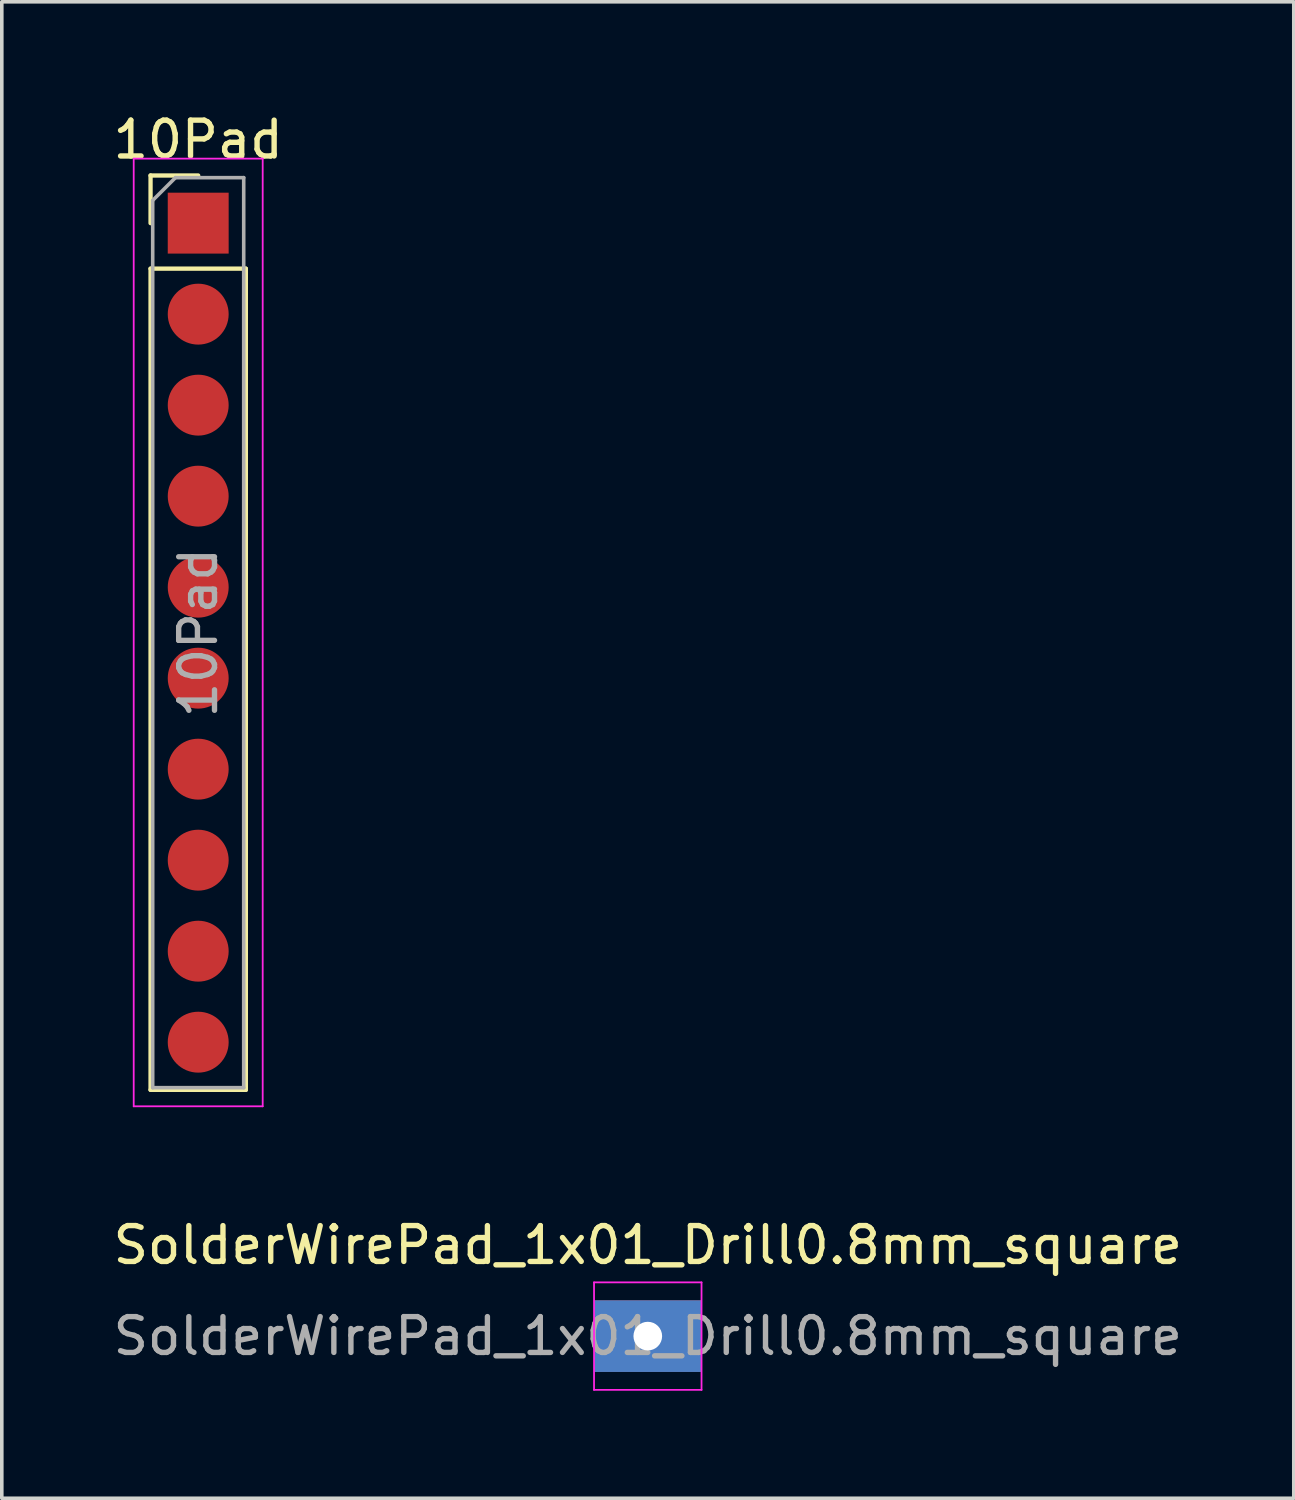
<source format=kicad_pcb>
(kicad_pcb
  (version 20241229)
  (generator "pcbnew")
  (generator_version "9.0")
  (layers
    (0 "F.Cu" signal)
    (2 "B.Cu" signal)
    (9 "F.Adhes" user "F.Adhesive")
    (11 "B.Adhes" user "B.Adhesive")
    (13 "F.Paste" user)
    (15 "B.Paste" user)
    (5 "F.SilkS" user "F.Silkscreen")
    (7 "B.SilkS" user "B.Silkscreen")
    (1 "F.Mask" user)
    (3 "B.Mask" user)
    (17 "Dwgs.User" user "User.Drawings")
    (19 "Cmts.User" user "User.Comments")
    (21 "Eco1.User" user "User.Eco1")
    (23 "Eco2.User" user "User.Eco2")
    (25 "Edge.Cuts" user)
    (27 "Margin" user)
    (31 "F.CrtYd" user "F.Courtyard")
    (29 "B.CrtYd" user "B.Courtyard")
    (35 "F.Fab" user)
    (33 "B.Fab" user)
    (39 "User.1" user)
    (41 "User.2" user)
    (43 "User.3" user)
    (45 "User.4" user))
  (footprint "SolderWirePad_1x01_Drill0.8mm_square"
    (layer "F.Cu")
    (at 15.03 34.242)
    (property "Reference" "SolderWirePad_1x01_Drill0.8mm_square" (at 0 -2.54 0) (layer "F.SilkS") (effects (font (size 1 1) (thickness 0.15))))
    (attr exclude_from_pos_files exclude_from_bom)
    (fp_line (start -1.5 -1.5) (end -1.5 1.5) (stroke (width 0.05) (type solid)) (layer "F.CrtYd"))
    (fp_line (start -1.5 -1.5) (end 1.5 -1.5) (stroke (width 0.05) (type solid)) (layer "F.CrtYd"))
    (fp_line (start 1.5 1.5) (end -1.5 1.5) (stroke (width 0.05) (type solid)) (layer "F.CrtYd"))
    (fp_line (start 1.5 1.5) (end 1.5 -1.5) (stroke (width 0.05) (type solid)) (layer "F.CrtYd"))
    (fp_text user "${REFERENCE}" (at 0 0 0) (layer "F.Fab") (effects (font (size 1 1) (thickness 0.15))))
    (pad "1" thru_hole custom (at 0 0) (size 3 2) (drill 0.8) (layers "*.Cu" "*.Mask") (options (anchor rect)) (primitives)))
  (footprint "10Pad"
    (layer "F.Cu")
    (at 2.482 3.178)
    (property "Reference" "10Pad" (at 0 -2.33 0) (layer "F.SilkS") (effects (font (size 1 1) (thickness 0.15))))
    (attr through_hole)
    (fp_line (start -1.33 -1.33) (end 0 -1.33) (stroke (width 0.12) (type solid)) (layer "F.SilkS"))
    (fp_line (start -1.33 0) (end -1.33 -1.33) (stroke (width 0.12) (type solid)) (layer "F.SilkS"))
    (fp_line (start -1.33 1.27) (end -1.33 24.19) (stroke (width 0.12) (type solid)) (layer "F.SilkS"))
    (fp_line (start -1.33 1.27) (end 1.33 1.27) (stroke (width 0.12) (type solid)) (layer "F.SilkS"))
    (fp_line (start -1.33 24.19) (end 1.33 24.19) (stroke (width 0.12) (type solid)) (layer "F.SilkS"))
    (fp_line (start 1.33 1.27) (end 1.33 24.19) (stroke (width 0.12) (type solid)) (layer "F.SilkS"))
    (fp_line (start -1.8 -1.8) (end -1.8 24.65) (stroke (width 0.05) (type solid)) (layer "F.CrtYd"))
    (fp_line (start -1.8 24.65) (end 1.8 24.65) (stroke (width 0.05) (type solid)) (layer "F.CrtYd"))
    (fp_line (start 1.8 -1.8) (end -1.8 -1.8) (stroke (width 0.05) (type solid)) (layer "F.CrtYd"))
    (fp_line (start 1.8 24.65) (end 1.8 -1.8) (stroke (width 0.05) (type solid)) (layer "F.CrtYd"))
    (fp_line (start -1.27 -0.635) (end -0.635 -1.27) (stroke (width 0.1) (type solid)) (layer "F.Fab"))
    (fp_line (start -1.27 24.13) (end -1.27 -0.635) (stroke (width 0.1) (type solid)) (layer "F.Fab"))
    (fp_line (start -0.635 -1.27) (end 1.27 -1.27) (stroke (width 0.1) (type solid)) (layer "F.Fab"))
    (fp_line (start 1.27 -1.27) (end 1.27 24.13) (stroke (width 0.1) (type solid)) (layer "F.Fab"))
    (fp_line (start 1.27 24.13) (end -1.27 24.13) (stroke (width 0.1) (type solid)) (layer "F.Fab"))
    (fp_text user "${REFERENCE}" (at 0 11.43 90) (layer "F.Fab") (effects (font (size 1 1) (thickness 0.15))))
    (pad "1" smd rect (at 0 0) (size 1.7 1.7) (layers "F.Cu" "F.Mask" "F.Paste"))
    (pad "2" smd oval (at 0 2.54) (size 1.7 1.7) (layers "F.Cu" "F.Mask" "F.Paste"))
    (pad "3" smd oval (at 0 5.08) (size 1.7 1.7) (layers "F.Cu" "F.Mask" "F.Paste"))
    (pad "4" smd oval (at 0 7.62) (size 1.7 1.7) (layers "F.Cu" "F.Mask" "F.Paste"))
    (pad "5" smd oval (at 0 10.16) (size 1.7 1.7) (layers "F.Cu" "F.Mask" "F.Paste"))
    (pad "6" smd oval (at 0 12.7) (size 1.7 1.7) (layers "F.Cu" "F.Mask" "F.Paste"))
    (pad "7" smd oval (at 0 15.24) (size 1.7 1.7) (layers "F.Cu" "F.Mask" "F.Paste"))
    (pad "8" smd oval (at 0 17.78) (size 1.7 1.7) (layers "F.Cu" "F.Mask" "F.Paste"))
    (pad "9" smd oval (at 0 20.32) (size 1.7 1.7) (layers "F.Cu" "F.Mask" "F.Paste"))
    (pad "10" smd oval (at 0 22.86) (size 1.7 1.7) (layers "F.Cu" "F.Mask" "F.Paste")))
  (gr_rect
    (start -3 -3)
    (end 33.06 38.767)
    (stroke (width 0.1) (type default))
    (fill no)
    (layer "Edge.Cuts")))
</source>
